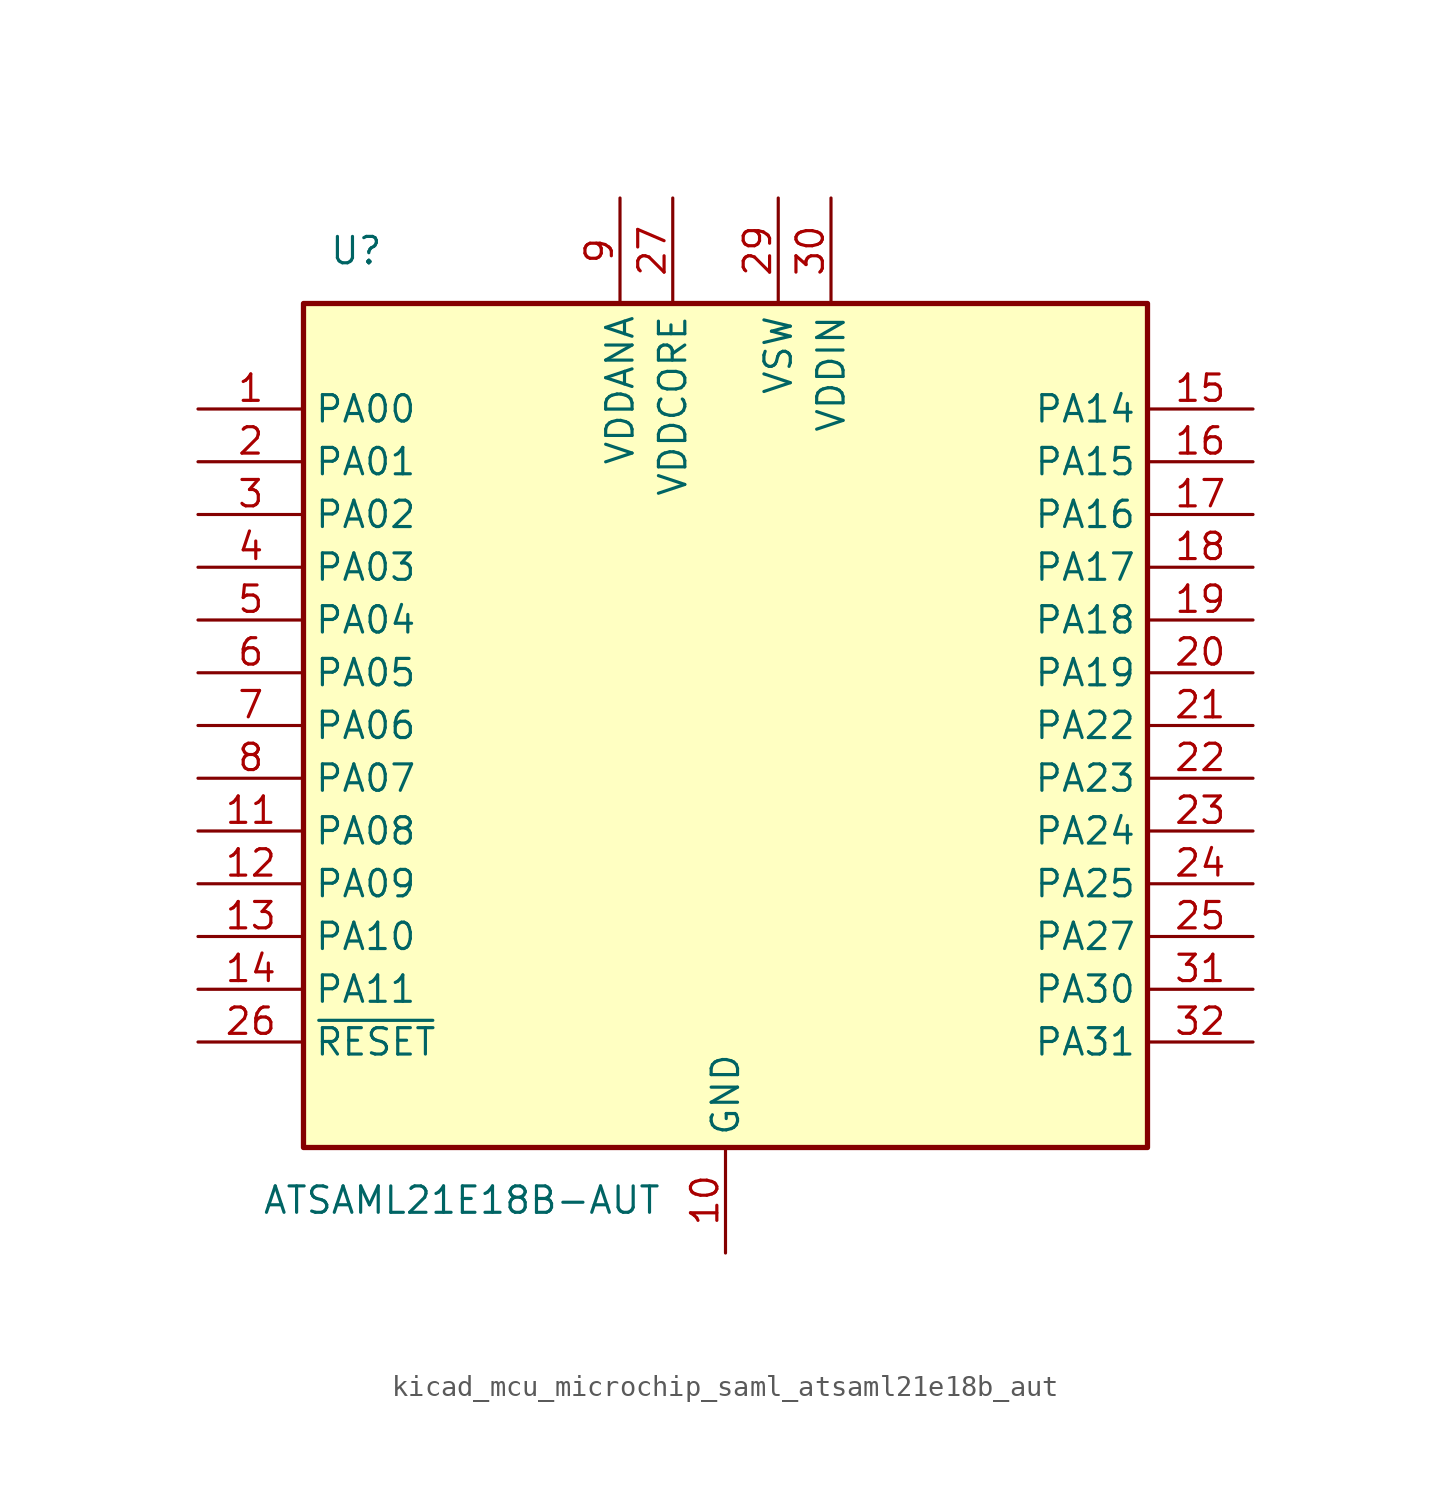
<source format=kicad_sym>
(kicad_symbol_lib
  (version 20220914)
  (generator kicad_symbol_editor)
  (symbol "kicad_mcu_microchip_saml_atsaml21e18b_aut"
    (property "Reference" "U"
      (at -17.78 22.86 0)
      (effects (font (size 1.27 1.27))))
    (property "Value" "ATSAML21E18B-AUT"
      (at -12.7 -22.86 0)
      (effects (font (size 1.27 1.27))))
    (symbol "kicad_mcu_microchip_saml_atsaml21e18b_aut_0_1"
      (rectangle (start -20.32 20.32) (end 20.32 -20.32) (stroke (width 0.254) (type default)) (fill (type background))))
    (symbol "kicad_mcu_microchip_saml_atsaml21e18b_aut_1_1"
      (pin bidirectional line (at -25.4 15.24 0) (length 5.08) (name "PA00" (effects (font (size 1.27 1.27)))) (number "1" (effects (font (size 1.27 1.27)))))
      (pin power_in line (at 0 -25.4 90) (length 5.08) (name "GND" (effects (font (size 1.27 1.27)))) (number "10" (effects (font (size 1.27 1.27)))))
      (pin bidirectional line (at -25.4 -5.08 0) (length 5.08) (name "PA08" (effects (font (size 1.27 1.27)))) (number "11" (effects (font (size 1.27 1.27)))))
      (pin bidirectional line (at -25.4 -7.62 0) (length 5.08) (name "PA09" (effects (font (size 1.27 1.27)))) (number "12" (effects (font (size 1.27 1.27)))))
      (pin bidirectional line (at -25.4 -10.16 0) (length 5.08) (name "PA10" (effects (font (size 1.27 1.27)))) (number "13" (effects (font (size 1.27 1.27)))))
      (pin bidirectional line (at -25.4 -12.7 0) (length 5.08) (name "PA11" (effects (font (size 1.27 1.27)))) (number "14" (effects (font (size 1.27 1.27)))))
      (pin bidirectional line (at 25.4 15.24 180) (length 5.08) (name "PA14" (effects (font (size 1.27 1.27)))) (number "15" (effects (font (size 1.27 1.27)))))
      (pin bidirectional line (at 25.4 12.7 180) (length 5.08) (name "PA15" (effects (font (size 1.27 1.27)))) (number "16" (effects (font (size 1.27 1.27)))))
      (pin bidirectional line (at 25.4 10.16 180) (length 5.08) (name "PA16" (effects (font (size 1.27 1.27)))) (number "17" (effects (font (size 1.27 1.27)))))
      (pin bidirectional line (at 25.4 7.62 180) (length 5.08) (name "PA17" (effects (font (size 1.27 1.27)))) (number "18" (effects (font (size 1.27 1.27)))))
      (pin bidirectional line (at 25.4 5.08 180) (length 5.08) (name "PA18" (effects (font (size 1.27 1.27)))) (number "19" (effects (font (size 1.27 1.27)))))
      (pin bidirectional line (at -25.4 12.7 0) (length 5.08) (name "PA01" (effects (font (size 1.27 1.27)))) (number "2" (effects (font (size 1.27 1.27)))))
      (pin bidirectional line (at 25.4 2.54 180) (length 5.08) (name "PA19" (effects (font (size 1.27 1.27)))) (number "20" (effects (font (size 1.27 1.27)))))
      (pin bidirectional line (at 25.4 0 180) (length 5.08) (name "PA22" (effects (font (size 1.27 1.27)))) (number "21" (effects (font (size 1.27 1.27)))))
      (pin bidirectional line (at 25.4 -2.54 180) (length 5.08) (name "PA23" (effects (font (size 1.27 1.27)))) (number "22" (effects (font (size 1.27 1.27)))))
      (pin bidirectional line (at 25.4 -5.08 180) (length 5.08) (name "PA24" (effects (font (size 1.27 1.27)))) (number "23" (effects (font (size 1.27 1.27)))))
      (pin bidirectional line (at 25.4 -7.62 180) (length 5.08) (name "PA25" (effects (font (size 1.27 1.27)))) (number "24" (effects (font (size 1.27 1.27)))))
      (pin bidirectional line (at 25.4 -10.16 180) (length 5.08) (name "PA27" (effects (font (size 1.27 1.27)))) (number "25" (effects (font (size 1.27 1.27)))))
      (pin input line (at -25.4 -15.24 0) (length 5.08) (name "~{RESET}" (effects (font (size 1.27 1.27)))) (number "26" (effects (font (size 1.27 1.27)))))
      (pin power_in line (at -2.54 25.4 270) (length 5.08) (name "VDDCORE" (effects (font (size 1.27 1.27)))) (number "27" (effects (font (size 1.27 1.27)))))
      (pin passive line (at 0 -25.4 90) (length 5.08) hide (name "GND" (effects (font (size 1.27 1.27)))) (number "28" (effects (font (size 1.27 1.27)))))
      (pin power_out line (at 2.54 25.4 270) (length 5.08) (name "VSW" (effects (font (size 1.27 1.27)))) (number "29" (effects (font (size 1.27 1.27)))))
      (pin bidirectional line (at -25.4 10.16 0) (length 5.08) (name "PA02" (effects (font (size 1.27 1.27)))) (number "3" (effects (font (size 1.27 1.27)))))
      (pin power_in line (at 5.08 25.4 270) (length 5.08) (name "VDDIN" (effects (font (size 1.27 1.27)))) (number "30" (effects (font (size 1.27 1.27)))))
      (pin bidirectional line (at 25.4 -12.7 180) (length 5.08) (name "PA30" (effects (font (size 1.27 1.27)))) (number "31" (effects (font (size 1.27 1.27)))))
      (pin bidirectional line (at 25.4 -15.24 180) (length 5.08) (name "PA31" (effects (font (size 1.27 1.27)))) (number "32" (effects (font (size 1.27 1.27)))))
      (pin bidirectional line (at -25.4 7.62 0) (length 5.08) (name "PA03" (effects (font (size 1.27 1.27)))) (number "4" (effects (font (size 1.27 1.27)))))
      (pin bidirectional line (at -25.4 5.08 0) (length 5.08) (name "PA04" (effects (font (size 1.27 1.27)))) (number "5" (effects (font (size 1.27 1.27)))))
      (pin bidirectional line (at -25.4 2.54 0) (length 5.08) (name "PA05" (effects (font (size 1.27 1.27)))) (number "6" (effects (font (size 1.27 1.27)))))
      (pin bidirectional line (at -25.4 0 0) (length 5.08) (name "PA06" (effects (font (size 1.27 1.27)))) (number "7" (effects (font (size 1.27 1.27)))))
      (pin bidirectional line (at -25.4 -2.54 0) (length 5.08) (name "PA07" (effects (font (size 1.27 1.27)))) (number "8" (effects (font (size 1.27 1.27)))))
      (pin power_in line (at -5.08 25.4 270) (length 5.08) (name "VDDANA" (effects (font (size 1.27 1.27)))) (number "9" (effects (font (size 1.27 1.27))))))))
</source>
